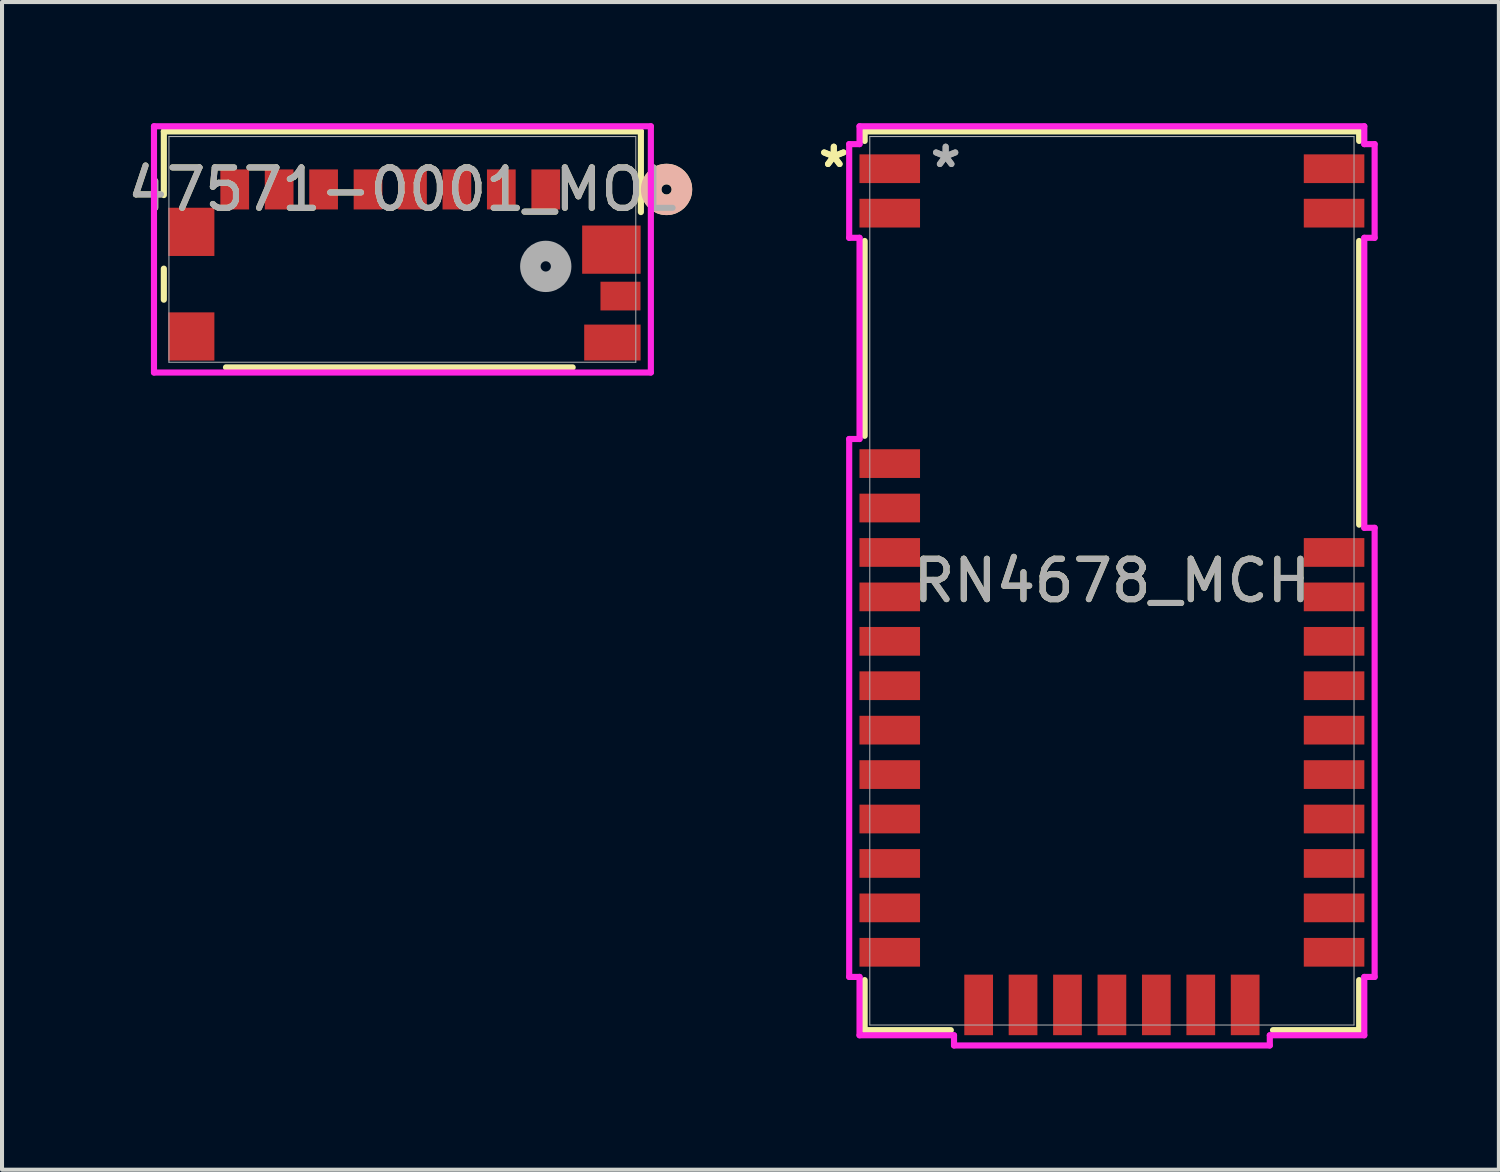
<source format=kicad_pcb>
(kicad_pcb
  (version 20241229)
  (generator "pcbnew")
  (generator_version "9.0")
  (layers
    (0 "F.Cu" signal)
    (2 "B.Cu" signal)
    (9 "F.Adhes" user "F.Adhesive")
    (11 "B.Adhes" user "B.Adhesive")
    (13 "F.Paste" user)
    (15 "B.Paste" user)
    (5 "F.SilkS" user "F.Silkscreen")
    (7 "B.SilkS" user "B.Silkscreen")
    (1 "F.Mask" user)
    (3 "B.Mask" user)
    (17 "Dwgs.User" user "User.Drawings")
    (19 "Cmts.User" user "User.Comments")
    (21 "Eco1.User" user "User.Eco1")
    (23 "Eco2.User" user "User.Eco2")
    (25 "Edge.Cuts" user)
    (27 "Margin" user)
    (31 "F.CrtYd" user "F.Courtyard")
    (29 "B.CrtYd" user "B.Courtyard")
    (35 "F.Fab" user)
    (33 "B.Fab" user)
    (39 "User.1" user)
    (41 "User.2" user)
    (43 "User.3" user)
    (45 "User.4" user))
  (footprint "47571-0001_MOL"
    (layer "F.Cu")
    (at 6.911 3.124)
    (property "Reference" "47571-0001_MOL" (at 0 -1.484 0) (unlocked yes) (layer "F.SilkS") (effects (font (size 1 1) (thickness 0.15))))
    (attr smd)
    (fp_line (start -5.905 -2.921) (end -5.905 -1.345) (stroke (width 0.152) (type solid)) (layer "F.SilkS"))
    (fp_line (start -5.905 0.477) (end -5.905 1.245) (stroke (width 0.152) (type solid)) (layer "F.SilkS"))
    (fp_line (start -4.366 2.921) (end 4.216 2.921) (stroke (width 0.152) (type solid)) (layer "F.SilkS"))
    (fp_line (start 5.905 -2.921) (end -5.905 -2.921) (stroke (width 0.152) (type solid)) (layer "F.SilkS"))
    (fp_line (start 5.905 -0.924) (end 5.905 -2.921) (stroke (width 0.152) (type solid)) (layer "F.SilkS"))
    (fp_circle (center 6.54 -1.484) (end 6.921 -1.484) (stroke (width 0.508) (type solid)) (fill no) (layer "F.SilkS"))
    (fp_circle (center 6.54 -1.484) (end 6.921 -1.484) (stroke (width 0.508) (type solid)) (fill no) (layer "B.SilkS"))
    (fp_line (start -6.149 -3.048) (end -6.149 3.048) (stroke (width 0.152) (type solid)) (layer "F.CrtYd"))
    (fp_line (start -6.149 3.048) (end 6.152 3.048) (stroke (width 0.152) (type solid)) (layer "F.CrtYd"))
    (fp_line (start 6.152 -3.048) (end -6.149 -3.048) (stroke (width 0.152) (type solid)) (layer "F.CrtYd"))
    (fp_line (start 6.152 3.048) (end 6.152 -3.048) (stroke (width 0.152) (type solid)) (layer "F.CrtYd"))
    (fp_line (start -5.779 -2.794) (end -5.779 2.794) (stroke (width 0.025) (type solid)) (layer "F.Fab"))
    (fp_line (start -5.779 2.794) (end 5.779 2.794) (stroke (width 0.025) (type solid)) (layer "F.Fab"))
    (fp_line (start 5.779 -2.794) (end -5.779 -2.794) (stroke (width 0.025) (type solid)) (layer "F.Fab"))
    (fp_line (start 5.779 2.794) (end 5.779 -2.794) (stroke (width 0.025) (type solid)) (layer "F.Fab"))
    (fp_circle (center 3.55 0.421) (end 3.931 0.421) (stroke (width 0.508) (type solid)) (fill no) (layer "F.Fab"))
    (fp_text user "${REFERENCE}" (at 0 -1.484 0) (unlocked yes) (layer "F.Fab") (effects (font (size 1 1) (thickness 0.15))))
    (pad "G1" smd rect (at -5.225 -0.434 90) (size 1.194 1.143) (layers "F.Cu" "F.Mask" "F.Paste"))
    (pad "G2" smd rect (at -5.225 2.156 90) (size 1.194 1.143) (layers "F.Cu" "F.Mask" "F.Paste"))
    (pad "G3" smd rect (at 5.175 0.006 90) (size 1.194 1.448) (layers "F.Cu" "F.Mask" "F.Paste"))
    (pad "G4" smd rect (at 5.4 1.156) (size 0.991 0.711) (layers "F.Cu" "F.Mask" "F.Paste"))
    (pad "G5" smd rect (at 5.2 2.306) (size 1.397 0.889) (layers "F.Cu" "F.Mask" "F.Paste"))
    (pad "P1" smd rect (at 3.55 -1.484) (size 0.711 0.991) (layers "F.Cu" "F.Mask" "F.Paste"))
    (pad "P2" smd rect (at 2.45 -1.484) (size 0.711 0.991) (layers "F.Cu" "F.Mask" "F.Paste"))
    (pad "P3" smd rect (at 1.35 -1.484) (size 0.711 0.991) (layers "F.Cu" "F.Mask" "F.Paste"))
    (pad "P4" smd rect (at 0.25 -1.484) (size 0.711 0.991) (layers "F.Cu" "F.Mask" "F.Paste"))
    (pad "P5" smd rect (at -0.85 -1.484) (size 0.711 0.991) (layers "F.Cu" "F.Mask" "F.Paste"))
    (pad "P6" smd rect (at -1.95 -1.484) (size 0.711 0.991) (layers "F.Cu" "F.Mask" "F.Paste"))
    (pad "P7" smd rect (at -3.05 -1.484) (size 0.711 0.991) (layers "F.Cu" "F.Mask" "F.Paste"))
    (pad "P8" smd rect (at -4.15 -1.484) (size 0.711 0.991) (layers "F.Cu" "F.Mask" "F.Paste")))
  (footprint "RN4678_MCH"
    (layer "F.Cu")
    (at 24.477 11.328)
    (property "Reference" "RN4678_MCH" (at 0 0 0) (unlocked yes) (layer "F.SilkS") (effects (font (size 1 1) (thickness 0.15))))
    (attr smd)
    (fp_line (start -6.121 -11.125) (end 6.121 -11.125) (stroke (width 0.152) (type solid)) (layer "F.SilkS"))
    (fp_line (start -6.121 -10.889) (end -6.121 -11.125) (stroke (width 0.152) (type solid)) (layer "F.SilkS"))
    (fp_line (start -6.121 -3.589) (end -6.121 -8.412) (stroke (width 0.152) (type solid)) (layer "F.SilkS"))
    (fp_line (start -6.121 11.125) (end -6.121 9.886) (stroke (width 0.152) (type solid)) (layer "F.SilkS"))
    (fp_line (start -3.988 11.125) (end -6.121 11.125) (stroke (width 0.152) (type solid)) (layer "F.SilkS"))
    (fp_line (start 6.121 -11.125) (end 6.121 -10.889) (stroke (width 0.152) (type solid)) (layer "F.SilkS"))
    (fp_line (start 6.121 -8.412) (end 6.121 -1.389) (stroke (width 0.152) (type solid)) (layer "F.SilkS"))
    (fp_line (start 6.121 9.886) (end 6.121 11.125) (stroke (width 0.152) (type solid)) (layer "F.SilkS"))
    (fp_line (start 6.121 11.125) (end 3.988 11.125) (stroke (width 0.152) (type solid)) (layer "F.SilkS"))
    (fp_poly (pts (xy -5.994 -10.998) (xy -5.994 -10.556) (xy -4.751 -10.556) (xy -4.751 -9.845) (xy -5.994 -9.845) (xy -5.994 -9.456) (xy -4.751 -9.456) (xy -4.751 -8.745) (xy -5.994 -8.745) (xy -5.994 -7.003) (xy 3.198 -7.003) (xy 3.198 -4.996) (xy 5.204 -4.996) (xy 5.204 -7.003) (xy 5.994 -7.003) (xy 5.994 -8.745) (xy 4.751 -8.745) (xy 4.751 -9.456) (xy 5.994 -9.456) (xy 5.994 -9.845) (xy 4.751 -9.845) (xy 4.751 -10.556) (xy 5.994 -10.556) (xy 5.994 -10.998)) (stroke (width 0.1) (type solid)) (fill no) (layer "Eco2.User"))
    (fp_line (start -6.504 -10.81) (end -6.504 -8.491) (stroke (width 0.152) (type solid)) (layer "F.CrtYd"))
    (fp_line (start -6.504 -8.491) (end -6.248 -8.491) (stroke (width 0.152) (type solid)) (layer "F.CrtYd"))
    (fp_line (start -6.504 -3.51) (end -6.504 9.807) (stroke (width 0.152) (type solid)) (layer "F.CrtYd"))
    (fp_line (start -6.504 9.807) (end -6.248 9.807) (stroke (width 0.152) (type solid)) (layer "F.CrtYd"))
    (fp_line (start -6.248 -11.252) (end -6.248 -10.81) (stroke (width 0.152) (type solid)) (layer "F.CrtYd"))
    (fp_line (start -6.248 -10.81) (end -6.504 -10.81) (stroke (width 0.152) (type solid)) (layer "F.CrtYd"))
    (fp_line (start -6.248 -8.491) (end -6.248 -3.51) (stroke (width 0.152) (type solid)) (layer "F.CrtYd"))
    (fp_line (start -6.248 -3.51) (end -6.504 -3.51) (stroke (width 0.152) (type solid)) (layer "F.CrtYd"))
    (fp_line (start -6.248 9.807) (end -6.248 11.252) (stroke (width 0.152) (type solid)) (layer "F.CrtYd"))
    (fp_line (start -6.248 11.252) (end -3.909 11.252) (stroke (width 0.152) (type solid)) (layer "F.CrtYd"))
    (fp_line (start -3.909 11.252) (end -3.909 11.504) (stroke (width 0.152) (type solid)) (layer "F.CrtYd"))
    (fp_line (start -3.909 11.504) (end 3.909 11.504) (stroke (width 0.152) (type solid)) (layer "F.CrtYd"))
    (fp_line (start 3.909 11.252) (end 6.248 11.252) (stroke (width 0.152) (type solid)) (layer "F.CrtYd"))
    (fp_line (start 3.909 11.504) (end 3.909 11.252) (stroke (width 0.152) (type solid)) (layer "F.CrtYd"))
    (fp_line (start 6.248 -11.252) (end -6.248 -11.252) (stroke (width 0.152) (type solid)) (layer "F.CrtYd"))
    (fp_line (start 6.248 -10.81) (end 6.248 -11.252) (stroke (width 0.152) (type solid)) (layer "F.CrtYd"))
    (fp_line (start 6.248 -8.491) (end 6.504 -8.491) (stroke (width 0.152) (type solid)) (layer "F.CrtYd"))
    (fp_line (start 6.248 -1.311) (end 6.248 -8.491) (stroke (width 0.152) (type solid)) (layer "F.CrtYd"))
    (fp_line (start 6.248 9.807) (end 6.504 9.807) (stroke (width 0.152) (type solid)) (layer "F.CrtYd"))
    (fp_line (start 6.248 11.252) (end 6.248 9.807) (stroke (width 0.152) (type solid)) (layer "F.CrtYd"))
    (fp_line (start 6.504 -10.81) (end 6.248 -10.81) (stroke (width 0.152) (type solid)) (layer "F.CrtYd"))
    (fp_line (start 6.504 -8.491) (end 6.504 -10.81) (stroke (width 0.152) (type solid)) (layer "F.CrtYd"))
    (fp_line (start 6.504 -1.311) (end 6.248 -1.311) (stroke (width 0.152) (type solid)) (layer "F.CrtYd"))
    (fp_line (start 6.504 9.807) (end 6.504 -1.311) (stroke (width 0.152) (type solid)) (layer "F.CrtYd"))
    (fp_line (start -5.994 -10.998) (end -5.994 10.998) (stroke (width 0.025) (type solid)) (layer "F.Fab"))
    (fp_line (start -5.994 10.998) (end 5.994 10.998) (stroke (width 0.025) (type solid)) (layer "F.Fab"))
    (fp_line (start 5.994 -10.998) (end -5.994 -10.998) (stroke (width 0.025) (type solid)) (layer "F.Fab"))
    (fp_line (start 5.994 10.998) (end 5.994 -10.998) (stroke (width 0.025) (type solid)) (layer "F.Fab"))
    (fp_text user "*" (at -6.885 -10.201 0) (layer "F.SilkS") (effects (font (size 1 1) (thickness 0.15))))
    (fp_text user "*" (at -6.885 -10.201 0) (unlocked yes) (layer "F.SilkS") (effects (font (size 1 1) (thickness 0.15))))
    (fp_text user "*" (at -4.116 -10.201 0) (unlocked yes) (layer "F.Fab") (effects (font (size 1 1) (thickness 0.15))))
    (fp_text user "${REFERENCE}" (at 0 0 0) (unlocked yes) (layer "F.Fab") (effects (font (size 1 1) (thickness 0.15))))
    (fp_text user "*" (at -4.116 -10.201 0) (layer "F.Fab") (effects (font (size 1 1) (thickness 0.15))))
    (pad "1" smd rect (at -5.5 -10.201) (size 1.499 0.711) (layers "F.Cu" "F.Mask" "F.Paste"))
    (pad "2" smd rect (at -5.5 -9.101) (size 1.499 0.711) (layers "F.Cu" "F.Mask" "F.Paste"))
    (pad "3" smd rect (at -5.5 -2.901) (size 1.499 0.711) (layers "F.Cu" "F.Mask" "F.Paste"))
    (pad "4" smd rect (at -5.5 -1.801) (size 1.499 0.711) (layers "F.Cu" "F.Mask" "F.Paste"))
    (pad "5" smd rect (at -5.5 -0.701) (size 1.499 0.711) (layers "F.Cu" "F.Mask" "F.Paste"))
    (pad "6" smd rect (at -5.5 0.399) (size 1.499 0.711) (layers "F.Cu" "F.Mask" "F.Paste"))
    (pad "7" smd rect (at -5.5 1.499) (size 1.499 0.711) (layers "F.Cu" "F.Mask" "F.Paste"))
    (pad "8" smd rect (at -5.5 2.598) (size 1.499 0.711) (layers "F.Cu" "F.Mask" "F.Paste"))
    (pad "9" smd rect (at -5.5 3.698) (size 1.499 0.711) (layers "F.Cu" "F.Mask" "F.Paste"))
    (pad "10" smd rect (at -5.5 4.798) (size 1.499 0.711) (layers "F.Cu" "F.Mask" "F.Paste"))
    (pad "11" smd rect (at -5.5 5.898) (size 1.499 0.711) (layers "F.Cu" "F.Mask" "F.Paste"))
    (pad "12" smd rect (at -5.5 6.998) (size 1.499 0.711) (layers "F.Cu" "F.Mask" "F.Paste"))
    (pad "13" smd rect (at -5.5 8.098) (size 1.499 0.711) (layers "F.Cu" "F.Mask" "F.Paste"))
    (pad "14" smd rect (at -5.5 9.197) (size 1.499 0.711) (layers "F.Cu" "F.Mask" "F.Paste"))
    (pad "15" smd rect (at -3.299 10.5 90) (size 1.499 0.711) (layers "F.Cu" "F.Mask" "F.Paste"))
    (pad "16" smd rect (at -2.2 10.5 90) (size 1.499 0.711) (layers "F.Cu" "F.Mask" "F.Paste"))
    (pad "17" smd rect (at -1.1 10.5 90) (size 1.499 0.711) (layers "F.Cu" "F.Mask" "F.Paste"))
    (pad "18" smd rect (at 0 10.5 90) (size 1.499 0.711) (layers "F.Cu" "F.Mask" "F.Paste"))
    (pad "19" smd rect (at 1.1 10.5 90) (size 1.499 0.711) (layers "F.Cu" "F.Mask" "F.Paste"))
    (pad "20" smd rect (at 2.2 10.5 90) (size 1.499 0.711) (layers "F.Cu" "F.Mask" "F.Paste"))
    (pad "21" smd rect (at 3.299 10.5 90) (size 1.499 0.711) (layers "F.Cu" "F.Mask" "F.Paste"))
    (pad "22" smd rect (at 5.5 9.197) (size 1.499 0.711) (layers "F.Cu" "F.Mask" "F.Paste"))
    (pad "23" smd rect (at 5.5 8.098) (size 1.499 0.711) (layers "F.Cu" "F.Mask" "F.Paste"))
    (pad "24" smd rect (at 5.5 6.998) (size 1.499 0.711) (layers "F.Cu" "F.Mask" "F.Paste"))
    (pad "25" smd rect (at 5.5 5.898) (size 1.499 0.711) (layers "F.Cu" "F.Mask" "F.Paste"))
    (pad "26" smd rect (at 5.5 4.798) (size 1.499 0.711) (layers "F.Cu" "F.Mask" "F.Paste"))
    (pad "27" smd rect (at 5.5 3.698) (size 1.499 0.711) (layers "F.Cu" "F.Mask" "F.Paste"))
    (pad "28" smd rect (at 5.5 2.598) (size 1.499 0.711) (layers "F.Cu" "F.Mask" "F.Paste"))
    (pad "29" smd rect (at 5.5 1.499) (size 1.499 0.711) (layers "F.Cu" "F.Mask" "F.Paste"))
    (pad "30" smd rect (at 5.5 0.399) (size 1.499 0.711) (layers "F.Cu" "F.Mask" "F.Paste"))
    (pad "31" smd rect (at 5.5 -0.701) (size 1.499 0.711) (layers "F.Cu" "F.Mask" "F.Paste"))
    (pad "32" smd rect (at 5.5 -9.101) (size 1.499 0.711) (layers "F.Cu" "F.Mask" "F.Paste"))
    (pad "33" smd rect (at 5.5 -10.201) (size 1.499 0.711) (layers "F.Cu" "F.Mask" "F.Paste")))
  (gr_rect
    (start -3 -3)
    (end 34.057 25.908)
    (stroke (width 0.1) (type default))
    (fill no)
    (layer "Edge.Cuts")))
</source>
